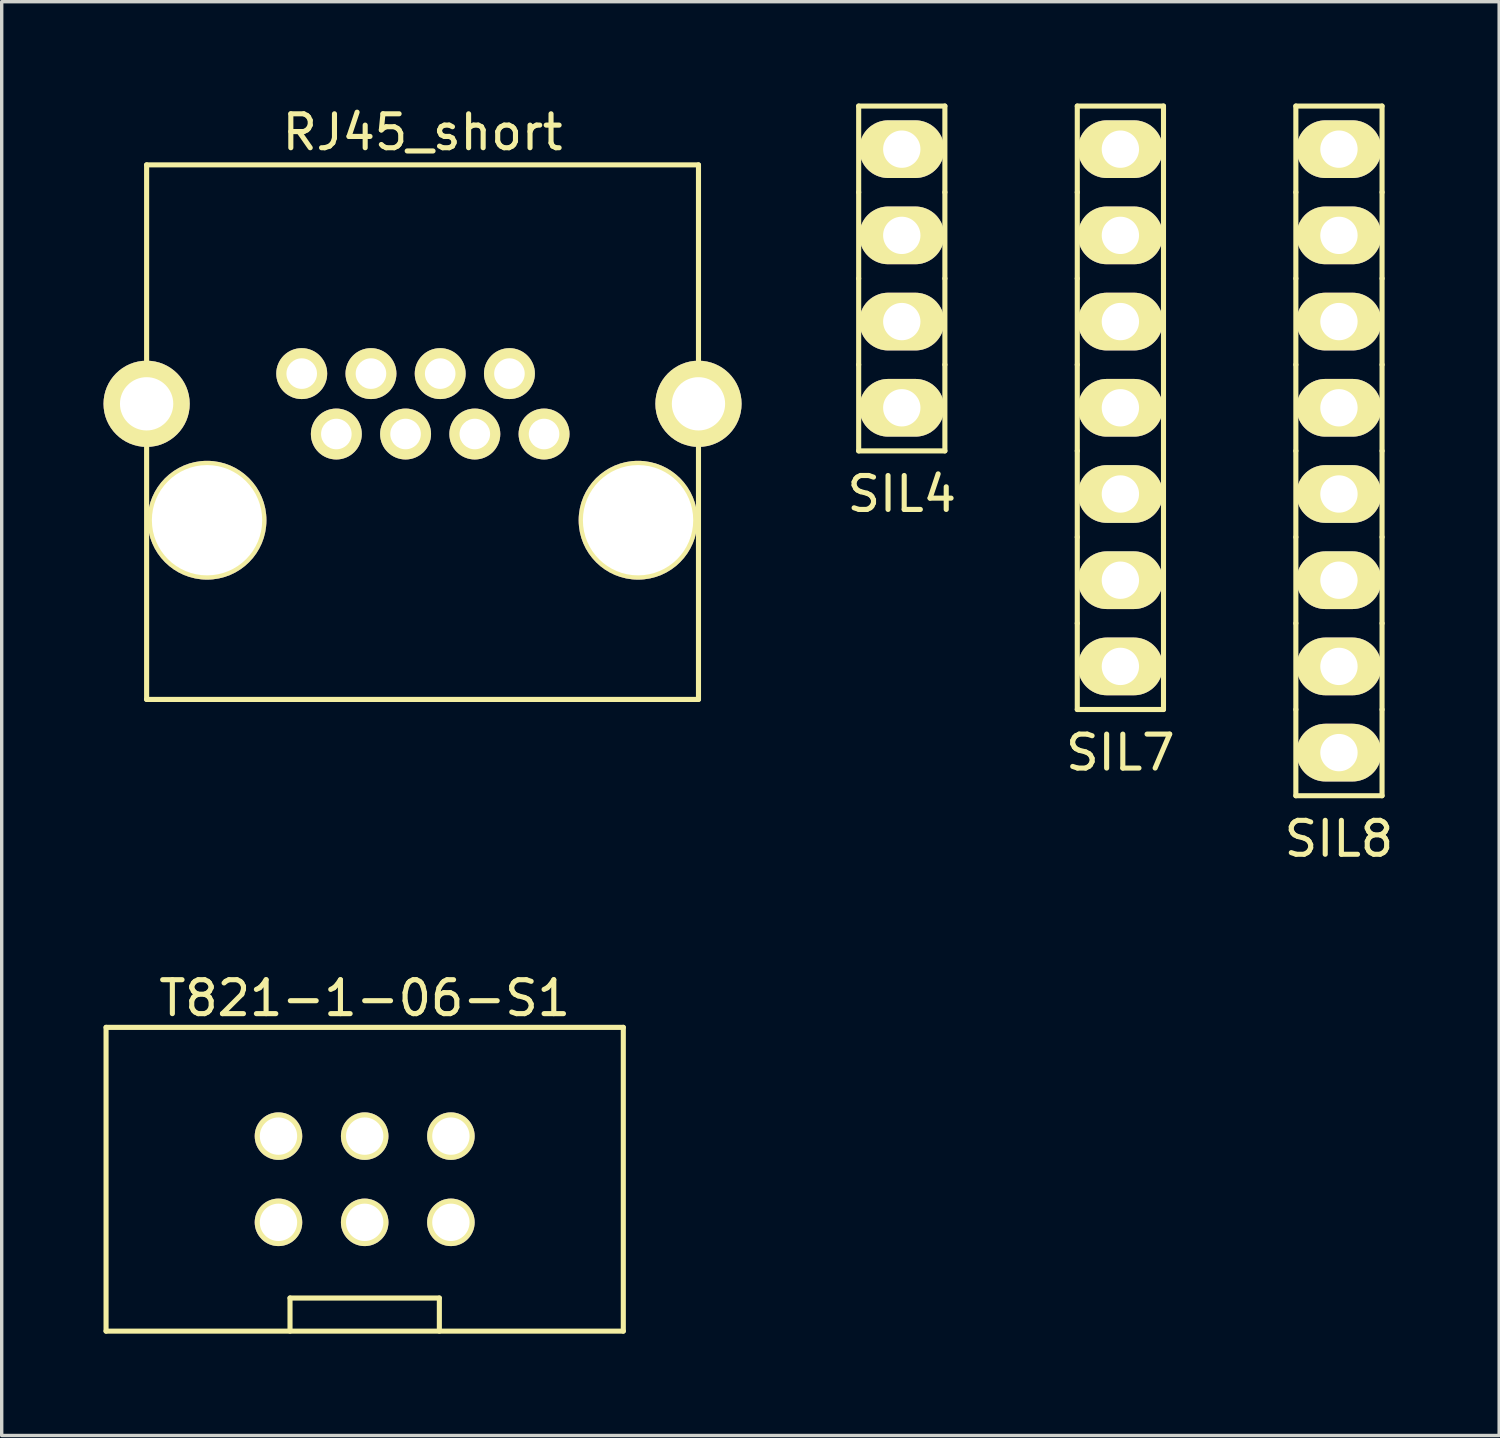
<source format=kicad_pcb>
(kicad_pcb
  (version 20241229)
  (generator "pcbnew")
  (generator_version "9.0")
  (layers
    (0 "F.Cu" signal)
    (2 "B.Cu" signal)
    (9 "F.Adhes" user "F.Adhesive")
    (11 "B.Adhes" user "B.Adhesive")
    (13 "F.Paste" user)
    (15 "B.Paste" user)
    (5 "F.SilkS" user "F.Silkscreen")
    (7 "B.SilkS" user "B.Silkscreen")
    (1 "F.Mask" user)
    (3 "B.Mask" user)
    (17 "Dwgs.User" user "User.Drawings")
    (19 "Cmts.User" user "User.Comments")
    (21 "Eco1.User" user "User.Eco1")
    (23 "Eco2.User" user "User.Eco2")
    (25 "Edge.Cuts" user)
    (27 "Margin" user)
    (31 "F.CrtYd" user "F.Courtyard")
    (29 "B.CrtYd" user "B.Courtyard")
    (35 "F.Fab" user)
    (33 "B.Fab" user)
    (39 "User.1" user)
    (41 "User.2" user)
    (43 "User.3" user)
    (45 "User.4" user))
  (footprint "SIL7"
    (layer "F.Cu")
    (at 29.961 8.965)
    (property "Reference" "SIL7" (at 0 10.16 0) (layer "F.SilkS") (effects (font (size 1 1) (thickness 0.15))))
    (attr through_hole)
    (fp_line (start -1.27 -8.89) (end 1.27 -8.89) (stroke (width 0.15) (type solid)) (layer "F.SilkS"))
    (fp_line (start -1.27 -6.35) (end -1.27 -8.89) (stroke (width 0.15) (type solid)) (layer "F.SilkS"))
    (fp_line (start -1.27 -3.81) (end -1.27 -6.35) (stroke (width 0.15) (type solid)) (layer "F.SilkS"))
    (fp_line (start -1.27 -1.27) (end -1.27 -3.81) (stroke (width 0.15) (type solid)) (layer "F.SilkS"))
    (fp_line (start -1.27 1.27) (end -1.27 -1.27) (stroke (width 0.15) (type solid)) (layer "F.SilkS"))
    (fp_line (start -1.27 3.81) (end -1.27 1.27) (stroke (width 0.15) (type solid)) (layer "F.SilkS"))
    (fp_line (start -1.27 6.35) (end -1.27 3.81) (stroke (width 0.15) (type solid)) (layer "F.SilkS"))
    (fp_line (start -1.27 8.89) (end -1.27 6.35) (stroke (width 0.15) (type solid)) (layer "F.SilkS"))
    (fp_line (start 1.27 -8.89) (end 1.27 -6.35) (stroke (width 0.15) (type solid)) (layer "F.SilkS"))
    (fp_line (start 1.27 -6.35) (end 1.27 -3.81) (stroke (width 0.15) (type solid)) (layer "F.SilkS"))
    (fp_line (start 1.27 -3.81) (end 1.27 -1.27) (stroke (width 0.15) (type solid)) (layer "F.SilkS"))
    (fp_line (start 1.27 -1.27) (end 1.27 1.27) (stroke (width 0.15) (type solid)) (layer "F.SilkS"))
    (fp_line (start 1.27 1.27) (end 1.27 3.81) (stroke (width 0.15) (type solid)) (layer "F.SilkS"))
    (fp_line (start 1.27 3.81) (end 1.27 6.35) (stroke (width 0.15) (type solid)) (layer "F.SilkS"))
    (fp_line (start 1.27 6.35) (end 1.27 8.89) (stroke (width 0.15) (type solid)) (layer "F.SilkS"))
    (fp_line (start 1.27 8.89) (end -1.27 8.89) (stroke (width 0.15) (type solid)) (layer "F.SilkS"))
    (pad "1" thru_hole oval (at 0 7.62) (size 2.5 1.7) (drill 1.1) (layers "*.Cu" "*.Mask" "F.SilkS"))
    (pad "2" thru_hole oval (at 0 5.08) (size 2.5 1.7) (drill 1.1) (layers "*.Cu" "*.Mask" "F.SilkS"))
    (pad "3" thru_hole oval (at 0 2.54) (size 2.5 1.7) (drill 1.1) (layers "*.Cu" "*.Mask" "F.SilkS"))
    (pad "4" thru_hole oval (at 0 0) (size 2.5 1.7) (drill 1.1) (layers "*.Cu" "*.Mask" "F.SilkS"))
    (pad "5" thru_hole oval (at 0 -2.54) (size 2.5 1.7) (drill 1.1) (layers "*.Cu" "*.Mask" "F.SilkS"))
    (pad "6" thru_hole oval (at 0 -5.08) (size 2.5 1.7) (drill 1.1) (layers "*.Cu" "*.Mask" "F.SilkS"))
    (pad "7" thru_hole oval (at 0 -7.62) (size 2.5 1.7) (drill 1.1) (layers "*.Cu" "*.Mask" "F.SilkS")))
  (footprint "SIL8"
    (layer "F.Cu")
    (at 36.401 10.235)
    (property "Reference" "SIL8" (at 0 11.43 0) (layer "F.SilkS") (effects (font (size 1 1) (thickness 0.15))))
    (attr through_hole)
    (fp_line (start -1.27 -10.16) (end 1.27 -10.16) (stroke (width 0.15) (type solid)) (layer "F.SilkS"))
    (fp_line (start -1.27 -7.62) (end -1.27 -10.16) (stroke (width 0.15) (type solid)) (layer "F.SilkS"))
    (fp_line (start -1.27 -5.08) (end -1.27 -7.62) (stroke (width 0.15) (type solid)) (layer "F.SilkS"))
    (fp_line (start -1.27 -2.54) (end -1.27 -5.08) (stroke (width 0.15) (type solid)) (layer "F.SilkS"))
    (fp_line (start -1.27 0) (end -1.27 -2.54) (stroke (width 0.15) (type solid)) (layer "F.SilkS"))
    (fp_line (start -1.27 2.54) (end -1.27 0) (stroke (width 0.15) (type solid)) (layer "F.SilkS"))
    (fp_line (start -1.27 5.08) (end -1.27 2.54) (stroke (width 0.15) (type solid)) (layer "F.SilkS"))
    (fp_line (start -1.27 7.62) (end -1.27 5.08) (stroke (width 0.15) (type solid)) (layer "F.SilkS"))
    (fp_line (start -1.27 10.16) (end -1.27 7.62) (stroke (width 0.15) (type solid)) (layer "F.SilkS"))
    (fp_line (start 1.27 -10.16) (end 1.27 -7.62) (stroke (width 0.15) (type solid)) (layer "F.SilkS"))
    (fp_line (start 1.27 -7.62) (end 1.27 -5.08) (stroke (width 0.15) (type solid)) (layer "F.SilkS"))
    (fp_line (start 1.27 -5.08) (end 1.27 -2.54) (stroke (width 0.15) (type solid)) (layer "F.SilkS"))
    (fp_line (start 1.27 -2.54) (end 1.27 0) (stroke (width 0.15) (type solid)) (layer "F.SilkS"))
    (fp_line (start 1.27 0) (end 1.27 2.54) (stroke (width 0.15) (type solid)) (layer "F.SilkS"))
    (fp_line (start 1.27 2.54) (end 1.27 5.08) (stroke (width 0.15) (type solid)) (layer "F.SilkS"))
    (fp_line (start 1.27 5.08) (end 1.27 7.62) (stroke (width 0.15) (type solid)) (layer "F.SilkS"))
    (fp_line (start 1.27 7.62) (end 1.27 10.16) (stroke (width 0.15) (type solid)) (layer "F.SilkS"))
    (fp_line (start 1.27 10.16) (end -1.27 10.16) (stroke (width 0.15) (type solid)) (layer "F.SilkS"))
    (pad "1" thru_hole oval (at 0 8.89) (size 2.5 1.7) (drill 1.1) (layers "*.Cu" "*.Mask" "F.SilkS"))
    (pad "2" thru_hole oval (at 0 6.35) (size 2.5 1.7) (drill 1.1) (layers "*.Cu" "*.Mask" "F.SilkS"))
    (pad "3" thru_hole oval (at 0 3.81) (size 2.5 1.7) (drill 1.1) (layers "*.Cu" "*.Mask" "F.SilkS"))
    (pad "4" thru_hole oval (at 0 1.27) (size 2.5 1.7) (drill 1.1) (layers "*.Cu" "*.Mask" "F.SilkS"))
    (pad "5" thru_hole oval (at 0 -1.27) (size 2.5 1.7) (drill 1.1) (layers "*.Cu" "*.Mask" "F.SilkS"))
    (pad "6" thru_hole oval (at 0 -3.81) (size 2.5 1.7) (drill 1.1) (layers "*.Cu" "*.Mask" "F.SilkS"))
    (pad "7" thru_hole oval (at 0 -6.35) (size 2.5 1.7) (drill 1.1) (layers "*.Cu" "*.Mask" "F.SilkS"))
    (pad "8" thru_hole oval (at 0 -8.89) (size 2.5 1.7) (drill 1.1) (layers "*.Cu" "*.Mask" "F.SilkS")))
  (footprint "RJ45_short"
    (layer "F.Cu")
    (at 9.4 12.278)
    (property "Reference" "RJ45_short" (at 0 -11.43 0) (layer "F.SilkS") (effects (font (size 1 1) (thickness 0.15))))
    (attr through_hole)
    (fp_line (start -8.13 -10.47) (end 8.13 -10.47) (stroke (width 0.15) (type solid)) (layer "F.SilkS"))
    (fp_line (start -8.13 5.28) (end -8.13 -10.47) (stroke (width 0.15) (type solid)) (layer "F.SilkS"))
    (fp_line (start -8.13 5.28) (end 8.13 5.28) (stroke (width 0.15) (type solid)) (layer "F.SilkS"))
    (fp_line (start 8.13 5.28) (end 8.13 -10.47) (stroke (width 0.15) (type solid)) (layer "F.SilkS"))
    (pad "" np_thru_hole circle (at -6.35 0) (size 3.5 3.5) (drill 3.25) (layers "*.Cu" "*.Mask" "F.SilkS"))
    (pad "" np_thru_hole circle (at 6.35 0) (size 3.5 3.5) (drill 3.25) (layers "*.Cu" "*.Mask" "F.SilkS"))
    (pad "1" thru_hole circle (at 3.58 -2.54) (size 1.5 1.5) (drill 0.9) (layers "*.Cu" "*.Mask" "F.SilkS"))
    (pad "2" thru_hole circle (at 2.56 -4.32) (size 1.5 1.5) (drill 0.9) (layers "*.Cu" "*.Mask" "F.SilkS"))
    (pad "3" thru_hole circle (at 1.54 -2.54) (size 1.5 1.5) (drill 0.9) (layers "*.Cu" "*.Mask" "F.SilkS"))
    (pad "4" thru_hole circle (at 0.52 -4.32) (size 1.5 1.5) (drill 0.9) (layers "*.Cu" "*.Mask" "F.SilkS"))
    (pad "5" thru_hole circle (at -0.5 -2.54) (size 1.5 1.5) (drill 0.9) (layers "*.Cu" "*.Mask" "F.SilkS"))
    (pad "6" thru_hole circle (at -1.52 -4.32) (size 1.5 1.5) (drill 0.9) (layers "*.Cu" "*.Mask" "F.SilkS"))
    (pad "7" thru_hole circle (at -2.54 -2.54) (size 1.5 1.5) (drill 0.9) (layers "*.Cu" "*.Mask" "F.SilkS"))
    (pad "8" thru_hole circle (at -3.56 -4.32) (size 1.5 1.5) (drill 0.9) (layers "*.Cu" "*.Mask" "F.SilkS"))
    (pad "9" thru_hole circle (at -8.13 -3.43) (size 2.54 2.54) (drill 1.57) (layers "*.Cu" "*.Mask" "F.SilkS"))
    (pad "9" thru_hole circle (at 8.13 -3.43) (size 2.54 2.54) (drill 1.57) (layers "*.Cu" "*.Mask" "F.SilkS")))
  (footprint "T821-1-06-S1"
    (layer "F.Cu")
    (at 7.695 31.695)
    (property "Reference" "T821-1-06-S1" (at 0 -5.334 0) (layer "F.SilkS") (effects (font (size 1 1) (thickness 0.15))))
    (attr through_hole)
    (fp_line (start -7.62 -4.475) (end 7.62 -4.475) (stroke (width 0.15) (type solid)) (layer "F.SilkS"))
    (fp_line (start -7.62 4.475) (end -7.62 -4.475) (stroke (width 0.15) (type solid)) (layer "F.SilkS"))
    (fp_line (start -2.2 3.5) (end -2.2 4.475) (stroke (width 0.15) (type solid)) (layer "F.SilkS"))
    (fp_line (start -2.2 3.5) (end 2.2 3.5) (stroke (width 0.15) (type solid)) (layer "F.SilkS"))
    (fp_line (start 2.2 3.5) (end 2.2 4.475) (stroke (width 0.15) (type solid)) (layer "F.SilkS"))
    (fp_line (start 7.62 -4.475) (end 7.62 4.475) (stroke (width 0.15) (type solid)) (layer "F.SilkS"))
    (fp_line (start 7.62 4.475) (end -7.62 4.475) (stroke (width 0.15) (type solid)) (layer "F.SilkS"))
    (pad "1" thru_hole circle (at -2.54 1.27) (size 1.4 1.4) (drill 1.1) (layers "*.Cu" "*.Mask" "F.SilkS"))
    (pad "2" thru_hole circle (at -2.54 -1.27) (size 1.4 1.4) (drill 1.1) (layers "*.Cu" "*.Mask" "F.SilkS"))
    (pad "3" thru_hole circle (at 0 1.27) (size 1.4 1.4) (drill 1.1) (layers "*.Cu" "*.Mask" "F.SilkS"))
    (pad "4" thru_hole circle (at 0 -1.27) (size 1.4 1.4) (drill 1.1) (layers "*.Cu" "*.Mask" "F.SilkS"))
    (pad "5" thru_hole circle (at 2.54 1.27) (size 1.4 1.4) (drill 1.1) (layers "*.Cu" "*.Mask" "F.SilkS"))
    (pad "6" thru_hole circle (at 2.54 -1.27) (size 1.4 1.4) (drill 1.1) (layers "*.Cu" "*.Mask" "F.SilkS")))
  (footprint "SIL4"
    (layer "F.Cu")
    (at 23.52 5.155)
    (property "Reference" "SIL4" (at 0 6.35 0) (layer "F.SilkS") (effects (font (size 1 1) (thickness 0.15))))
    (attr through_hole)
    (fp_line (start -1.27 -5.08) (end 1.27 -5.08) (stroke (width 0.15) (type solid)) (layer "F.SilkS"))
    (fp_line (start -1.27 -2.54) (end -1.27 -5.08) (stroke (width 0.15) (type solid)) (layer "F.SilkS"))
    (fp_line (start -1.27 0) (end -1.27 -2.54) (stroke (width 0.15) (type solid)) (layer "F.SilkS"))
    (fp_line (start -1.27 2.54) (end -1.27 0) (stroke (width 0.15) (type solid)) (layer "F.SilkS"))
    (fp_line (start -1.27 5.08) (end -1.27 2.54) (stroke (width 0.15) (type solid)) (layer "F.SilkS"))
    (fp_line (start 1.27 -5.08) (end 1.27 -2.54) (stroke (width 0.15) (type solid)) (layer "F.SilkS"))
    (fp_line (start 1.27 -2.54) (end 1.27 0) (stroke (width 0.15) (type solid)) (layer "F.SilkS"))
    (fp_line (start 1.27 0) (end 1.27 2.54) (stroke (width 0.15) (type solid)) (layer "F.SilkS"))
    (fp_line (start 1.27 2.54) (end 1.27 5.08) (stroke (width 0.15) (type solid)) (layer "F.SilkS"))
    (fp_line (start 1.27 5.08) (end -1.27 5.08) (stroke (width 0.15) (type solid)) (layer "F.SilkS"))
    (pad "1" thru_hole oval (at 0 3.81) (size 2.5 1.7) (drill 1.1) (layers "*.Cu" "*.Mask" "F.SilkS"))
    (pad "2" thru_hole oval (at 0 1.27) (size 2.5 1.7) (drill 1.1) (layers "*.Cu" "*.Mask" "F.SilkS"))
    (pad "3" thru_hole oval (at 0 -1.27) (size 2.5 1.7) (drill 1.1) (layers "*.Cu" "*.Mask" "F.SilkS"))
    (pad "4" thru_hole oval (at 0 -3.81) (size 2.5 1.7) (drill 1.1) (layers "*.Cu" "*.Mask" "F.SilkS")))
  (gr_rect
    (start -3 -3)
    (end 41.121 39.245)
    (stroke (width 0.1) (type default))
    (fill no)
    (layer "Edge.Cuts")))
</source>
